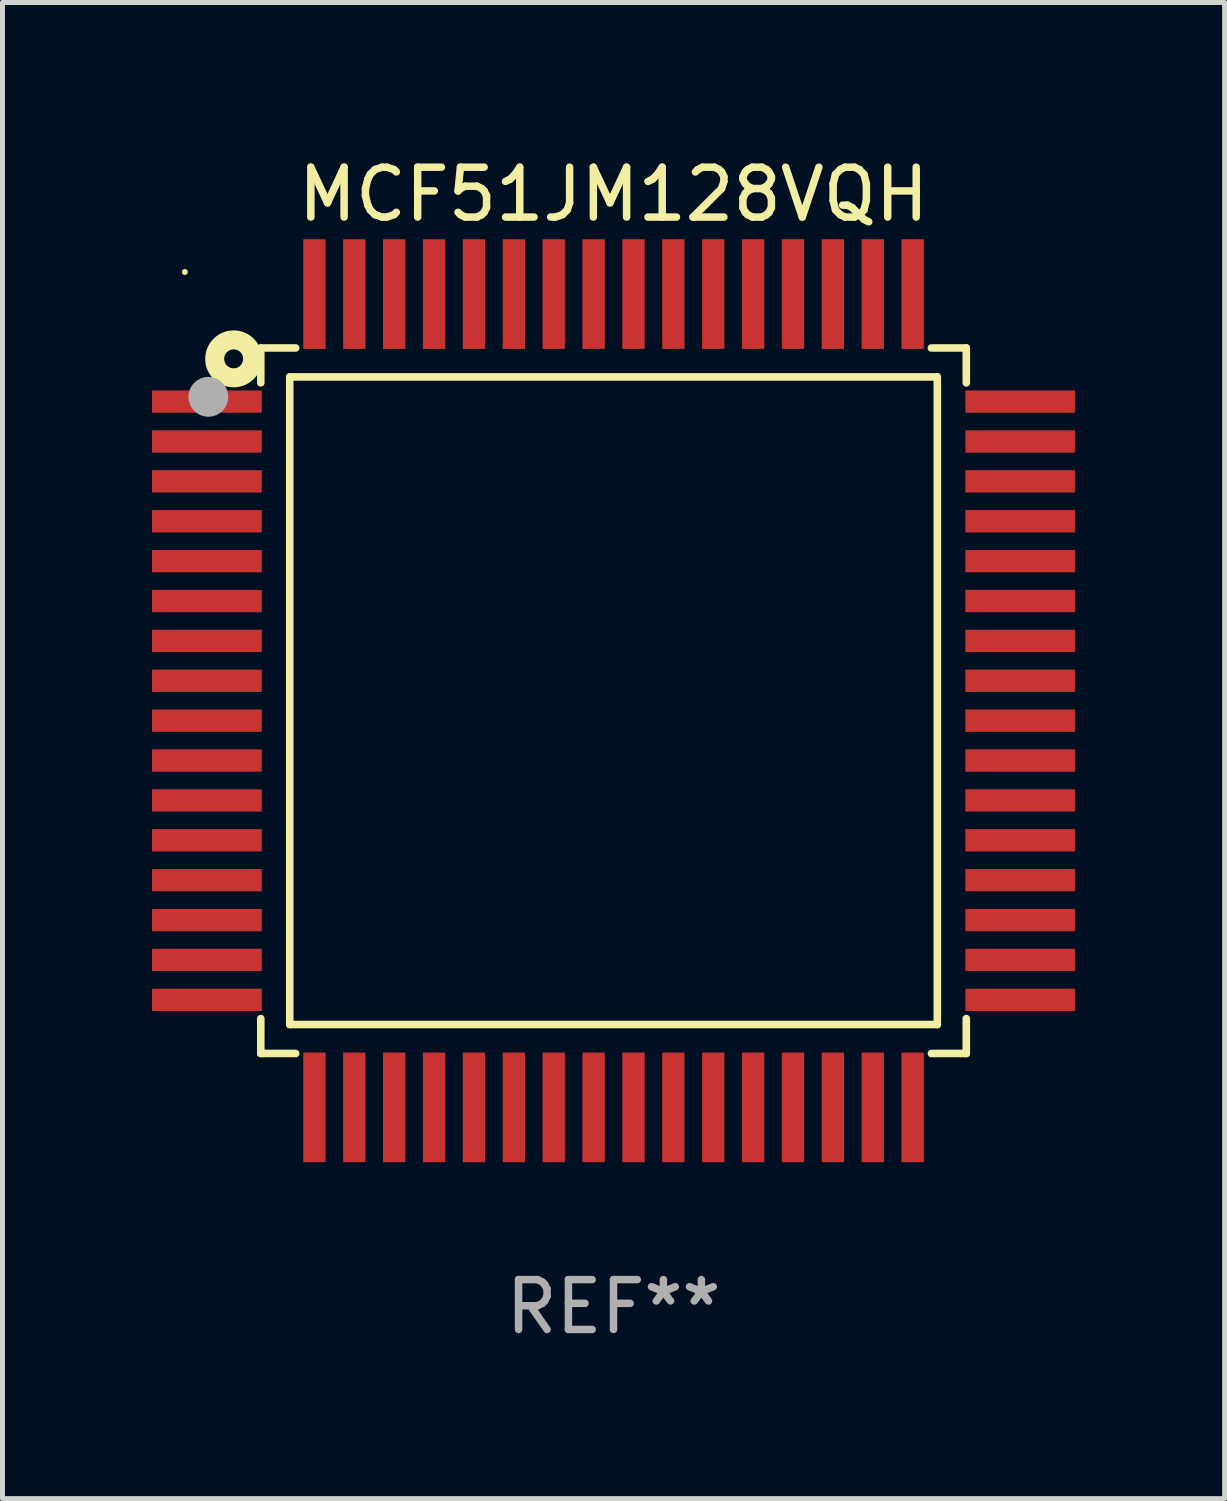
<source format=kicad_pcb>
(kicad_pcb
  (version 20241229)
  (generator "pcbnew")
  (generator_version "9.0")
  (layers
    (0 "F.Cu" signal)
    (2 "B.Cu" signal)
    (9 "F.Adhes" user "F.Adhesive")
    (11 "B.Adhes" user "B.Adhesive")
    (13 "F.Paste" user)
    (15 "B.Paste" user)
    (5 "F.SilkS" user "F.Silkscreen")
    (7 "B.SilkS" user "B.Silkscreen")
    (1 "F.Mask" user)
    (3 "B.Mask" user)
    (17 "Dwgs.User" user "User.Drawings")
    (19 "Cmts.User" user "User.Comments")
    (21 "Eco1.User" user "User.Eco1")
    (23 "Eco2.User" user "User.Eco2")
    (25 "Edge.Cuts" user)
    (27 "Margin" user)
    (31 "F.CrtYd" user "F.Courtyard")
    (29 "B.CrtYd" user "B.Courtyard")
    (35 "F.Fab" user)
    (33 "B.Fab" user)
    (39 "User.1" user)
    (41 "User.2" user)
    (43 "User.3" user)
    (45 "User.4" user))
  (footprint "MCF51JM128VQH"
    (layer "F.Cu")
    (at 9.257 11.006)
    (property "Reference" "MCF51JM128VQH" (at 0 -10.157 0) (layer "F.SilkS") (effects (font (size 1 1) (thickness 0.15))))
    (attr through_hole)
    (fp_line (start -7.076 -7.076) (end -6.376 -7.076) (stroke (width 0.152) (type solid)) (layer "F.SilkS"))
    (fp_line (start -7.076 -6.376) (end -7.076 -7.076) (stroke (width 0.152) (type solid)) (layer "F.SilkS"))
    (fp_line (start -7.076 6.376) (end -7.076 7.076) (stroke (width 0.152) (type solid)) (layer "F.SilkS"))
    (fp_line (start -7.076 7.076) (end -6.376 7.076) (stroke (width 0.152) (type solid)) (layer "F.SilkS"))
    (fp_line (start -6.495 -6.495) (end 6.495 -6.495) (stroke (width 0.152) (type solid)) (layer "F.SilkS"))
    (fp_line (start -6.495 6.495) (end -6.495 -6.495) (stroke (width 0.152) (type solid)) (layer "F.SilkS"))
    (fp_line (start 6.495 -6.495) (end 6.495 6.495) (stroke (width 0.152) (type solid)) (layer "F.SilkS"))
    (fp_line (start 6.495 6.495) (end -6.495 6.495) (stroke (width 0.152) (type solid)) (layer "F.SilkS"))
    (fp_line (start 7.076 -7.076) (end 6.376 -7.076) (stroke (width 0.152) (type solid)) (layer "F.SilkS"))
    (fp_line (start 7.076 -6.376) (end 7.076 -7.076) (stroke (width 0.152) (type solid)) (layer "F.SilkS"))
    (fp_line (start 7.076 6.376) (end 7.076 7.076) (stroke (width 0.152) (type solid)) (layer "F.SilkS"))
    (fp_line (start 7.076 7.076) (end 6.376 7.076) (stroke (width 0.152) (type solid)) (layer "F.SilkS"))
    (fp_circle (center -8.6 -8.6) (end -8.57 -8.6) (stroke (width 0.06) (type solid)) (fill no) (layer "F.SilkS"))
    (fp_circle (center -7.62 -6.858) (end -7.43 -6.858) (stroke (width 0.381) (type solid)) (fill no) (layer "F.SilkS"))
    (fp_circle (center -8.128 -6.096) (end -7.928 -6.096) (stroke (width 0.4) (type solid)) (fill no) (layer "F.Fab"))
    (fp_text user "REF**" (at 0 12.157 0) (layer "F.Fab") (effects (font (size 1 1) (thickness 0.15))))
    (pad "1" smd rect (at -8.157 -6) (size 2.2 0.448) (layers "F.Cu" "F.Mask" "F.Paste"))
    (pad "2" smd rect (at -8.157 -5.2) (size 2.2 0.448) (layers "F.Cu" "F.Mask" "F.Paste"))
    (pad "3" smd rect (at -8.157 -4.4) (size 2.2 0.448) (layers "F.Cu" "F.Mask" "F.Paste"))
    (pad "4" smd rect (at -8.157 -3.6) (size 2.2 0.448) (layers "F.Cu" "F.Mask" "F.Paste"))
    (pad "5" smd rect (at -8.157 -2.8) (size 2.2 0.448) (layers "F.Cu" "F.Mask" "F.Paste"))
    (pad "6" smd rect (at -8.157 -2) (size 2.2 0.448) (layers "F.Cu" "F.Mask" "F.Paste"))
    (pad "7" smd rect (at -8.157 -1.2) (size 2.2 0.448) (layers "F.Cu" "F.Mask" "F.Paste"))
    (pad "8" smd rect (at -8.157 -0.4) (size 2.2 0.448) (layers "F.Cu" "F.Mask" "F.Paste"))
    (pad "9" smd rect (at -8.157 0.4) (size 2.2 0.448) (layers "F.Cu" "F.Mask" "F.Paste"))
    (pad "10" smd rect (at -8.157 1.2) (size 2.2 0.448) (layers "F.Cu" "F.Mask" "F.Paste"))
    (pad "11" smd rect (at -8.157 2) (size 2.2 0.448) (layers "F.Cu" "F.Mask" "F.Paste"))
    (pad "12" smd rect (at -8.157 2.8) (size 2.2 0.448) (layers "F.Cu" "F.Mask" "F.Paste"))
    (pad "13" smd rect (at -8.157 3.6) (size 2.2 0.448) (layers "F.Cu" "F.Mask" "F.Paste"))
    (pad "14" smd rect (at -8.157 4.4) (size 2.2 0.448) (layers "F.Cu" "F.Mask" "F.Paste"))
    (pad "15" smd rect (at -8.157 5.2) (size 2.2 0.448) (layers "F.Cu" "F.Mask" "F.Paste"))
    (pad "16" smd rect (at -8.157 6) (size 2.2 0.448) (layers "F.Cu" "F.Mask" "F.Paste"))
    (pad "17" smd rect (at -6 8.157) (size 0.448 2.2) (layers "F.Cu" "F.Mask" "F.Paste"))
    (pad "18" smd rect (at -5.2 8.157) (size 0.448 2.2) (layers "F.Cu" "F.Mask" "F.Paste"))
    (pad "19" smd rect (at -4.4 8.157) (size 0.448 2.2) (layers "F.Cu" "F.Mask" "F.Paste"))
    (pad "20" smd rect (at -3.6 8.157) (size 0.448 2.2) (layers "F.Cu" "F.Mask" "F.Paste"))
    (pad "21" smd rect (at -2.8 8.157) (size 0.448 2.2) (layers "F.Cu" "F.Mask" "F.Paste"))
    (pad "22" smd rect (at -2 8.157) (size 0.448 2.2) (layers "F.Cu" "F.Mask" "F.Paste"))
    (pad "23" smd rect (at -1.2 8.157) (size 0.448 2.2) (layers "F.Cu" "F.Mask" "F.Paste"))
    (pad "24" smd rect (at -0.4 8.157) (size 0.448 2.2) (layers "F.Cu" "F.Mask" "F.Paste"))
    (pad "25" smd rect (at 0.4 8.157) (size 0.448 2.2) (layers "F.Cu" "F.Mask" "F.Paste"))
    (pad "26" smd rect (at 1.2 8.157) (size 0.448 2.2) (layers "F.Cu" "F.Mask" "F.Paste"))
    (pad "27" smd rect (at 2 8.157) (size 0.448 2.2) (layers "F.Cu" "F.Mask" "F.Paste"))
    (pad "28" smd rect (at 2.8 8.157) (size 0.448 2.2) (layers "F.Cu" "F.Mask" "F.Paste"))
    (pad "29" smd rect (at 3.6 8.157) (size 0.448 2.2) (layers "F.Cu" "F.Mask" "F.Paste"))
    (pad "30" smd rect (at 4.4 8.157) (size 0.448 2.2) (layers "F.Cu" "F.Mask" "F.Paste"))
    (pad "31" smd rect (at 5.2 8.157) (size 0.448 2.2) (layers "F.Cu" "F.Mask" "F.Paste"))
    (pad "32" smd rect (at 6 8.157) (size 0.448 2.2) (layers "F.Cu" "F.Mask" "F.Paste"))
    (pad "33" smd rect (at 8.157 6) (size 2.2 0.448) (layers "F.Cu" "F.Mask" "F.Paste"))
    (pad "34" smd rect (at 8.157 5.2) (size 2.2 0.448) (layers "F.Cu" "F.Mask" "F.Paste"))
    (pad "35" smd rect (at 8.157 4.4) (size 2.2 0.448) (layers "F.Cu" "F.Mask" "F.Paste"))
    (pad "36" smd rect (at 8.157 3.6) (size 2.2 0.448) (layers "F.Cu" "F.Mask" "F.Paste"))
    (pad "37" smd rect (at 8.157 2.8) (size 2.2 0.448) (layers "F.Cu" "F.Mask" "F.Paste"))
    (pad "38" smd rect (at 8.157 2) (size 2.2 0.448) (layers "F.Cu" "F.Mask" "F.Paste"))
    (pad "39" smd rect (at 8.157 1.2) (size 2.2 0.448) (layers "F.Cu" "F.Mask" "F.Paste"))
    (pad "40" smd rect (at 8.157 0.4) (size 2.2 0.448) (layers "F.Cu" "F.Mask" "F.Paste"))
    (pad "41" smd rect (at 8.157 -0.4) (size 2.2 0.448) (layers "F.Cu" "F.Mask" "F.Paste"))
    (pad "42" smd rect (at 8.157 -1.2) (size 2.2 0.448) (layers "F.Cu" "F.Mask" "F.Paste"))
    (pad "43" smd rect (at 8.157 -2) (size 2.2 0.448) (layers "F.Cu" "F.Mask" "F.Paste"))
    (pad "44" smd rect (at 8.157 -2.8) (size 2.2 0.448) (layers "F.Cu" "F.Mask" "F.Paste"))
    (pad "45" smd rect (at 8.157 -3.6) (size 2.2 0.448) (layers "F.Cu" "F.Mask" "F.Paste"))
    (pad "46" smd rect (at 8.157 -4.4) (size 2.2 0.448) (layers "F.Cu" "F.Mask" "F.Paste"))
    (pad "47" smd rect (at 8.157 -5.2) (size 2.2 0.448) (layers "F.Cu" "F.Mask" "F.Paste"))
    (pad "48" smd rect (at 8.157 -6) (size 2.2 0.448) (layers "F.Cu" "F.Mask" "F.Paste"))
    (pad "49" smd rect (at 6 -8.157) (size 0.448 2.2) (layers "F.Cu" "F.Mask" "F.Paste"))
    (pad "50" smd rect (at 5.2 -8.157) (size 0.448 2.2) (layers "F.Cu" "F.Mask" "F.Paste"))
    (pad "51" smd rect (at 4.4 -8.157) (size 0.448 2.2) (layers "F.Cu" "F.Mask" "F.Paste"))
    (pad "52" smd rect (at 3.6 -8.157) (size 0.448 2.2) (layers "F.Cu" "F.Mask" "F.Paste"))
    (pad "53" smd rect (at 2.8 -8.157) (size 0.448 2.2) (layers "F.Cu" "F.Mask" "F.Paste"))
    (pad "54" smd rect (at 2 -8.157) (size 0.448 2.2) (layers "F.Cu" "F.Mask" "F.Paste"))
    (pad "55" smd rect (at 1.2 -8.157) (size 0.448 2.2) (layers "F.Cu" "F.Mask" "F.Paste"))
    (pad "56" smd rect (at 0.4 -8.157) (size 0.448 2.2) (layers "F.Cu" "F.Mask" "F.Paste"))
    (pad "57" smd rect (at -0.4 -8.157) (size 0.448 2.2) (layers "F.Cu" "F.Mask" "F.Paste"))
    (pad "58" smd rect (at -1.2 -8.157) (size 0.448 2.2) (layers "F.Cu" "F.Mask" "F.Paste"))
    (pad "59" smd rect (at -2 -8.157) (size 0.448 2.2) (layers "F.Cu" "F.Mask" "F.Paste"))
    (pad "60" smd rect (at -2.8 -8.157) (size 0.448 2.2) (layers "F.Cu" "F.Mask" "F.Paste"))
    (pad "61" smd rect (at -3.6 -8.157) (size 0.448 2.2) (layers "F.Cu" "F.Mask" "F.Paste"))
    (pad "62" smd rect (at -4.4 -8.157) (size 0.448 2.2) (layers "F.Cu" "F.Mask" "F.Paste"))
    (pad "63" smd rect (at -5.2 -8.157) (size 0.448 2.2) (layers "F.Cu" "F.Mask" "F.Paste"))
    (pad "64" smd rect (at -6 -8.157) (size 0.448 2.2) (layers "F.Cu" "F.Mask" "F.Paste")))
  (gr_rect
    (start -3 -3)
    (end 21.515 27.011)
    (stroke (width 0.1) (type default))
    (fill no)
    (layer "Edge.Cuts")))
</source>
